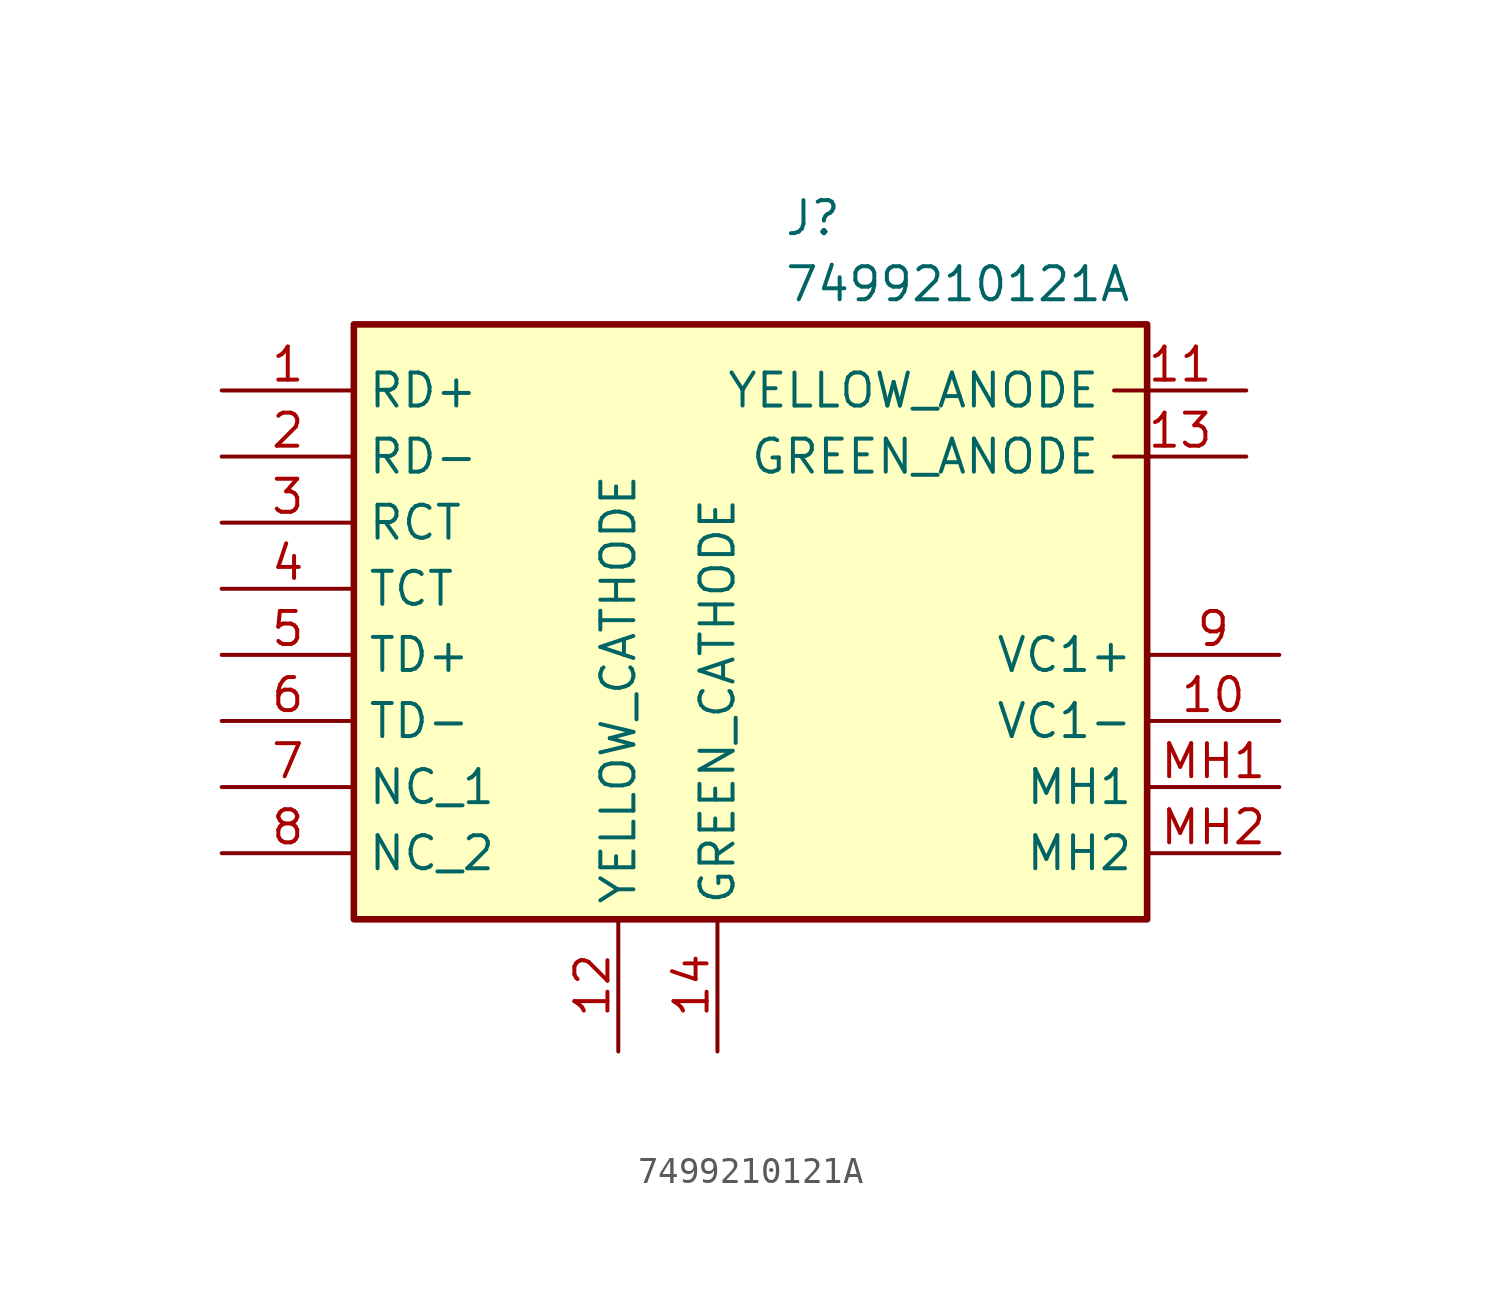
<source format=kicad_sym>
(kicad_symbol_lib
  (version 20231120)
  (generator "kicad_symbol_editor")
  (generator_version "8.0")
  (symbol "7499210121A"
    (property "Reference" "J"
      (at 21.59 8.636 0)
      (effects (font (size 1.27 1.27)) (justify left top)))
    (property "Value" "7499210121A"
      (at 21.59 6.096 0)
      (effects (font (size 1.27 1.27)) (justify left top)))
    (symbol "7499210121A_1_1"
      (rectangle (start 5.08 3.81) (end 35.56 -19.05) (stroke (width 0.254) (type default)) (fill (type background)))
      (pin passive line (at 0 1.27 0) (length 5.08) (name "RD+" (effects (font (size 1.27 1.27)))) (number "1" (effects (font (size 1.27 1.27)))))
      (pin power_out line (at 40.64 -11.43 180) (length 5.08) (name "VC1-" (effects (font (size 1.27 1.27)))) (number "10" (effects (font (size 1.27 1.27)))))
      (pin passive line (at 39.37 1.27 180) (length 5.08) (name "YELLOW_ANODE" (effects (font (size 1.27 1.27)))) (number "11" (effects (font (size 1.27 1.27)))))
      (pin passive line (at 15.24 -24.13 90) (length 5.08) (name "YELLOW_CATHODE" (effects (font (size 1.27 1.27)))) (number "12" (effects (font (size 1.27 1.27)))))
      (pin passive line (at 39.37 -1.27 180) (length 5.08) (name "GREEN_ANODE" (effects (font (size 1.27 1.27)))) (number "13" (effects (font (size 1.27 1.27)))))
      (pin passive line (at 19.05 -24.13 90) (length 5.08) (name "GREEN_CATHODE" (effects (font (size 1.27 1.27)))) (number "14" (effects (font (size 1.27 1.27)))))
      (pin passive line (at 0 -1.27 0) (length 5.08) (name "RD-" (effects (font (size 1.27 1.27)))) (number "2" (effects (font (size 1.27 1.27)))))
      (pin passive line (at 0 -3.81 0) (length 5.08) (name "RCT" (effects (font (size 1.27 1.27)))) (number "3" (effects (font (size 1.27 1.27)))))
      (pin passive line (at 0 -6.35 0) (length 5.08) (name "TCT" (effects (font (size 1.27 1.27)))) (number "4" (effects (font (size 1.27 1.27)))))
      (pin passive line (at 0 -8.89 0) (length 5.08) (name "TD+" (effects (font (size 1.27 1.27)))) (number "5" (effects (font (size 1.27 1.27)))))
      (pin passive line (at 0 -11.43 0) (length 5.08) (name "TD-" (effects (font (size 1.27 1.27)))) (number "6" (effects (font (size 1.27 1.27)))))
      (pin passive line (at 0 -13.97 0) (length 5.08) (name "NC_1" (effects (font (size 1.27 1.27)))) (number "7" (effects (font (size 1.27 1.27)))))
      (pin passive line (at 0 -16.51 0) (length 5.08) (name "NC_2" (effects (font (size 1.27 1.27)))) (number "8" (effects (font (size 1.27 1.27)))))
      (pin power_out line (at 40.64 -8.89 180) (length 5.08) (name "VC1+" (effects (font (size 1.27 1.27)))) (number "9" (effects (font (size 1.27 1.27)))))
      (pin passive line (at 40.64 -13.97 180) (length 5.08) (name "MH1" (effects (font (size 1.27 1.27)))) (number "MH1" (effects (font (size 1.27 1.27)))))
      (pin passive line (at 40.64 -16.51 180) (length 5.08) (name "MH2" (effects (font (size 1.27 1.27)))) (number "MH2" (effects (font (size 1.27 1.27))))))))
</source>
